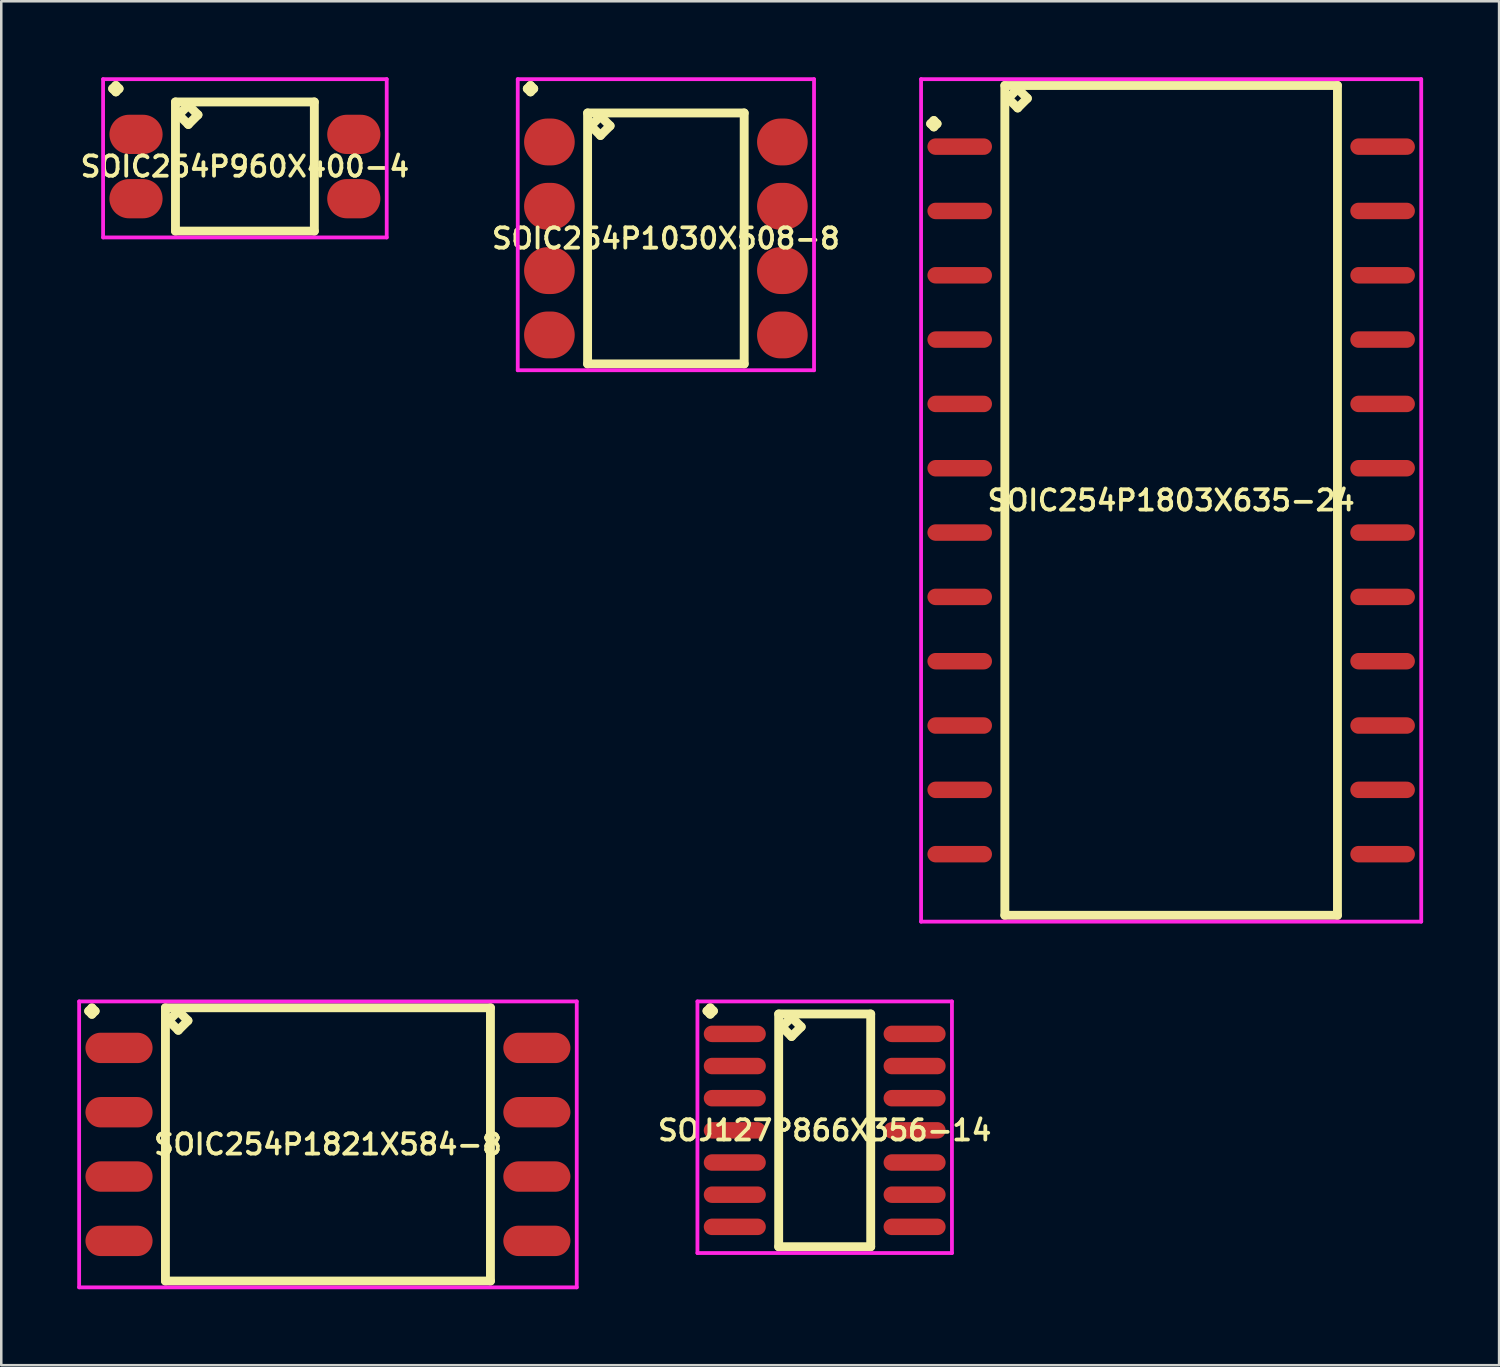
<source format=kicad_pcb>
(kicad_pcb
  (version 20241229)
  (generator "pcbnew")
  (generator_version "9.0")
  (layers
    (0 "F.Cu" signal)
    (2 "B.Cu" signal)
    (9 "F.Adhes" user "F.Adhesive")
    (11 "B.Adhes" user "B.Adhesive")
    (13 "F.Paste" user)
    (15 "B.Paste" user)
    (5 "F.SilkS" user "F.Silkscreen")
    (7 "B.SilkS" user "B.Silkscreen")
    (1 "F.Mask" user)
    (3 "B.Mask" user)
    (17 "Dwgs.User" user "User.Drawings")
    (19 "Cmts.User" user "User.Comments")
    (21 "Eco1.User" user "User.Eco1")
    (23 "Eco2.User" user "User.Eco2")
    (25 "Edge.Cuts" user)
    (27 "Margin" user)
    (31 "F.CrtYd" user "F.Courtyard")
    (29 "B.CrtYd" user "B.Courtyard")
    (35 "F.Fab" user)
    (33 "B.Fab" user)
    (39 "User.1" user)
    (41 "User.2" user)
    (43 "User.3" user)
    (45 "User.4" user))
  (footprint "SOIC254P1803X635-24"
    (layer "F.Cu")
    (at 43.197 16.71)
    (property "Reference" "SOIC254P1803X635-24" (at 0 0 0) (layer "F.SilkS") (effects (font (size 0.8 0.8) (thickness 0.15))))
    (attr through_hole)
    (fp_line (start -9.498 -14.874) (end -9.371 -15.001) (stroke (width 0.35) (type solid)) (layer "F.SilkS"))
    (fp_line (start -9.371 -15.001) (end -9.244 -14.874) (stroke (width 0.35) (type solid)) (layer "F.SilkS"))
    (fp_line (start -9.371 -14.747) (end -9.498 -14.874) (stroke (width 0.35) (type solid)) (layer "F.SilkS"))
    (fp_line (start -9.244 -14.874) (end -9.371 -14.747) (stroke (width 0.35) (type solid)) (layer "F.SilkS"))
    (fp_line (start -6.567 -16.385) (end -6.567 16.385) (stroke (width 0.35) (type solid)) (layer "F.SilkS"))
    (fp_line (start -6.567 16.385) (end 6.567 16.385) (stroke (width 0.35) (type solid)) (layer "F.SilkS"))
    (fp_line (start -6.44 -15.877) (end -6.059 -16.258) (stroke (width 0.35) (type solid)) (layer "F.SilkS"))
    (fp_line (start -6.059 -16.258) (end -5.678 -15.877) (stroke (width 0.35) (type solid)) (layer "F.SilkS"))
    (fp_line (start -6.059 -15.496) (end -6.44 -15.877) (stroke (width 0.35) (type solid)) (layer "F.SilkS"))
    (fp_line (start -5.678 -15.877) (end -6.059 -15.496) (stroke (width 0.35) (type solid)) (layer "F.SilkS"))
    (fp_line (start 6.567 -16.385) (end -6.567 -16.385) (stroke (width 0.35) (type solid)) (layer "F.SilkS"))
    (fp_line (start 6.567 16.385) (end 6.567 -16.385) (stroke (width 0.35) (type solid)) (layer "F.SilkS"))
    (fp_line (start -9.875 -16.635) (end 9.875 -16.635) (stroke (width 0.15) (type solid)) (layer "F.CrtYd"))
    (fp_line (start -9.875 16.635) (end -9.875 -16.635) (stroke (width 0.15) (type solid)) (layer "F.CrtYd"))
    (fp_line (start 9.875 -16.635) (end 9.875 16.635) (stroke (width 0.15) (type solid)) (layer "F.CrtYd"))
    (fp_line (start 9.875 16.635) (end -9.875 16.635) (stroke (width 0.15) (type solid)) (layer "F.CrtYd"))
    (pad "1" smd oval (at -8.35 -13.97) (size 2.55 0.65) (layers "F.Cu" "F.Mask" "F.Paste"))
    (pad "2" smd oval (at -8.35 -11.43) (size 2.55 0.65) (layers "F.Cu" "F.Mask" "F.Paste"))
    (pad "3" smd oval (at -8.35 -8.89) (size 2.55 0.65) (layers "F.Cu" "F.Mask" "F.Paste"))
    (pad "4" smd oval (at -8.35 -6.35) (size 2.55 0.65) (layers "F.Cu" "F.Mask" "F.Paste"))
    (pad "5" smd oval (at -8.35 -3.81) (size 2.55 0.65) (layers "F.Cu" "F.Mask" "F.Paste"))
    (pad "6" smd oval (at -8.35 -1.27) (size 2.55 0.65) (layers "F.Cu" "F.Mask" "F.Paste"))
    (pad "7" smd oval (at -8.35 1.27) (size 2.55 0.65) (layers "F.Cu" "F.Mask" "F.Paste"))
    (pad "8" smd oval (at -8.35 3.81) (size 2.55 0.65) (layers "F.Cu" "F.Mask" "F.Paste"))
    (pad "9" smd oval (at -8.35 6.35) (size 2.55 0.65) (layers "F.Cu" "F.Mask" "F.Paste"))
    (pad "10" smd oval (at -8.35 8.89) (size 2.55 0.65) (layers "F.Cu" "F.Mask" "F.Paste"))
    (pad "11" smd oval (at -8.35 11.43) (size 2.55 0.65) (layers "F.Cu" "F.Mask" "F.Paste"))
    (pad "12" smd oval (at -8.35 13.97) (size 2.55 0.65) (layers "F.Cu" "F.Mask" "F.Paste"))
    (pad "13" smd oval (at 8.35 13.97) (size 2.55 0.65) (layers "F.Cu" "F.Mask" "F.Paste"))
    (pad "14" smd oval (at 8.35 11.43) (size 2.55 0.65) (layers "F.Cu" "F.Mask" "F.Paste"))
    (pad "15" smd oval (at 8.35 8.89) (size 2.55 0.65) (layers "F.Cu" "F.Mask" "F.Paste"))
    (pad "16" smd oval (at 8.35 6.35) (size 2.55 0.65) (layers "F.Cu" "F.Mask" "F.Paste"))
    (pad "17" smd oval (at 8.35 3.81) (size 2.55 0.65) (layers "F.Cu" "F.Mask" "F.Paste"))
    (pad "18" smd oval (at 8.35 1.27) (size 2.55 0.65) (layers "F.Cu" "F.Mask" "F.Paste"))
    (pad "19" smd oval (at 8.35 -1.27) (size 2.55 0.65) (layers "F.Cu" "F.Mask" "F.Paste"))
    (pad "20" smd oval (at 8.35 -3.81) (size 2.55 0.65) (layers "F.Cu" "F.Mask" "F.Paste"))
    (pad "21" smd oval (at 8.35 -6.35) (size 2.55 0.65) (layers "F.Cu" "F.Mask" "F.Paste"))
    (pad "22" smd oval (at 8.35 -8.89) (size 2.55 0.65) (layers "F.Cu" "F.Mask" "F.Paste"))
    (pad "23" smd oval (at 8.35 -11.43) (size 2.55 0.65) (layers "F.Cu" "F.Mask" "F.Paste"))
    (pad "24" smd oval (at 8.35 -13.97) (size 2.55 0.65) (layers "F.Cu" "F.Mask" "F.Paste")))
  (footprint "SOIC254P1821X584-8"
    (layer "F.Cu")
    (at 9.9 42.14)
    (property "Reference" "SOIC254P1821X584-8" (at 0 0 0) (layer "F.SilkS") (effects (font (size 0.8 0.8) (thickness 0.15))))
    (attr smd)
    (fp_line (start -9.448 -5.264) (end -9.321 -5.391) (stroke (width 0.35) (type solid)) (layer "F.SilkS"))
    (fp_line (start -9.321 -5.391) (end -9.194 -5.264) (stroke (width 0.35) (type solid)) (layer "F.SilkS"))
    (fp_line (start -9.321 -5.137) (end -9.448 -5.264) (stroke (width 0.35) (type solid)) (layer "F.SilkS"))
    (fp_line (start -9.194 -5.264) (end -9.321 -5.137) (stroke (width 0.35) (type solid)) (layer "F.SilkS"))
    (fp_line (start -6.417 -5.395) (end -6.417 5.395) (stroke (width 0.35) (type solid)) (layer "F.SilkS"))
    (fp_line (start -6.417 5.395) (end 6.417 5.395) (stroke (width 0.35) (type solid)) (layer "F.SilkS"))
    (fp_line (start -6.29 -4.887) (end -5.909 -5.268) (stroke (width 0.35) (type solid)) (layer "F.SilkS"))
    (fp_line (start -5.909 -5.268) (end -5.528 -4.887) (stroke (width 0.35) (type solid)) (layer "F.SilkS"))
    (fp_line (start -5.909 -4.506) (end -6.29 -4.887) (stroke (width 0.35) (type solid)) (layer "F.SilkS"))
    (fp_line (start -5.528 -4.887) (end -5.909 -4.506) (stroke (width 0.35) (type solid)) (layer "F.SilkS"))
    (fp_line (start 6.417 -5.395) (end -6.417 -5.395) (stroke (width 0.35) (type solid)) (layer "F.SilkS"))
    (fp_line (start 6.417 5.395) (end 6.417 -5.395) (stroke (width 0.35) (type solid)) (layer "F.SilkS"))
    (fp_line (start -9.825 -5.645) (end 9.825 -5.645) (stroke (width 0.15) (type solid)) (layer "F.CrtYd"))
    (fp_line (start -9.825 5.645) (end -9.825 -5.645) (stroke (width 0.15) (type solid)) (layer "F.CrtYd"))
    (fp_line (start 9.825 -5.645) (end 9.825 5.645) (stroke (width 0.15) (type solid)) (layer "F.CrtYd"))
    (fp_line (start 9.825 5.645) (end -9.825 5.645) (stroke (width 0.15) (type solid)) (layer "F.CrtYd"))
    (pad "1" smd oval (at -8.25 -3.81) (size 2.65 1.2) (layers "F.Cu" "F.Mask" "F.Paste"))
    (pad "2" smd oval (at -8.25 -1.27) (size 2.65 1.2) (layers "F.Cu" "F.Mask" "F.Paste"))
    (pad "3" smd oval (at -8.25 1.27) (size 2.65 1.2) (layers "F.Cu" "F.Mask" "F.Paste"))
    (pad "4" smd oval (at -8.25 3.81) (size 2.65 1.2) (layers "F.Cu" "F.Mask" "F.Paste"))
    (pad "5" smd oval (at 8.25 3.81) (size 2.65 1.2) (layers "F.Cu" "F.Mask" "F.Paste"))
    (pad "6" smd oval (at 8.25 1.27) (size 2.65 1.2) (layers "F.Cu" "F.Mask" "F.Paste"))
    (pad "7" smd oval (at 8.25 -1.27) (size 2.65 1.2) (layers "F.Cu" "F.Mask" "F.Paste"))
    (pad "8" smd oval (at 8.25 -3.81) (size 2.65 1.2) (layers "F.Cu" "F.Mask" "F.Paste")))
  (footprint "SOJ127P866X356-14"
    (layer "F.Cu")
    (at 29.516 41.586)
    (property "Reference" "SOJ127P866X356-14" (at 0 0 0) (layer "F.SilkS") (effects (font (size 0.8 0.8) (thickness 0.15))))
    (attr through_hole)
    (fp_line (start -4.648 -4.714) (end -4.521 -4.841) (stroke (width 0.35) (type solid)) (layer "F.SilkS"))
    (fp_line (start -4.521 -4.841) (end -4.394 -4.714) (stroke (width 0.35) (type solid)) (layer "F.SilkS"))
    (fp_line (start -4.521 -4.587) (end -4.648 -4.714) (stroke (width 0.35) (type solid)) (layer "F.SilkS"))
    (fp_line (start -4.394 -4.714) (end -4.521 -4.587) (stroke (width 0.35) (type solid)) (layer "F.SilkS"))
    (fp_line (start -1.817 -4.595) (end -1.817 4.595) (stroke (width 0.35) (type solid)) (layer "F.SilkS"))
    (fp_line (start -1.817 4.595) (end 1.817 4.595) (stroke (width 0.35) (type solid)) (layer "F.SilkS"))
    (fp_line (start -1.69 -4.087) (end -1.309 -4.468) (stroke (width 0.35) (type solid)) (layer "F.SilkS"))
    (fp_line (start -1.309 -4.468) (end -0.928 -4.087) (stroke (width 0.35) (type solid)) (layer "F.SilkS"))
    (fp_line (start -1.309 -3.706) (end -1.69 -4.087) (stroke (width 0.35) (type solid)) (layer "F.SilkS"))
    (fp_line (start -0.928 -4.087) (end -1.309 -3.706) (stroke (width 0.35) (type solid)) (layer "F.SilkS"))
    (fp_line (start 1.817 -4.595) (end -1.817 -4.595) (stroke (width 0.35) (type solid)) (layer "F.SilkS"))
    (fp_line (start 1.817 4.595) (end 1.817 -4.595) (stroke (width 0.35) (type solid)) (layer "F.SilkS"))
    (fp_line (start -5.025 -5.091) (end 5.025 -5.091) (stroke (width 0.15) (type solid)) (layer "F.CrtYd"))
    (fp_line (start -5.025 4.845) (end -5.025 -5.091) (stroke (width 0.15) (type solid)) (layer "F.CrtYd"))
    (fp_line (start 5.025 -5.091) (end 5.025 4.845) (stroke (width 0.15) (type solid)) (layer "F.CrtYd"))
    (fp_line (start 5.025 4.845) (end -5.025 4.845) (stroke (width 0.15) (type solid)) (layer "F.CrtYd"))
    (pad "1" smd oval (at -3.55 -3.81) (size 2.45 0.65) (layers "F.Cu" "F.Mask" "F.Paste"))
    (pad "2" smd oval (at -3.55 -2.54) (size 2.45 0.65) (layers "F.Cu" "F.Mask" "F.Paste"))
    (pad "3" smd oval (at -3.55 -1.27) (size 2.45 0.65) (layers "F.Cu" "F.Mask" "F.Paste"))
    (pad "4" smd oval (at -3.55 0) (size 2.45 0.65) (layers "F.Cu" "F.Mask" "F.Paste"))
    (pad "5" smd oval (at -3.55 1.27) (size 2.45 0.65) (layers "F.Cu" "F.Mask" "F.Paste"))
    (pad "6" smd oval (at -3.55 2.54) (size 2.45 0.65) (layers "F.Cu" "F.Mask" "F.Paste"))
    (pad "7" smd oval (at -3.55 3.81) (size 2.45 0.65) (layers "F.Cu" "F.Mask" "F.Paste"))
    (pad "8" smd oval (at 3.55 3.81) (size 2.45 0.65) (layers "F.Cu" "F.Mask" "F.Paste"))
    (pad "9" smd oval (at 3.55 2.54) (size 2.45 0.65) (layers "F.Cu" "F.Mask" "F.Paste"))
    (pad "10" smd oval (at 3.55 1.27) (size 2.45 0.65) (layers "F.Cu" "F.Mask" "F.Paste"))
    (pad "11" smd oval (at 3.55 0) (size 2.45 0.65) (layers "F.Cu" "F.Mask" "F.Paste"))
    (pad "12" smd oval (at 3.55 -1.27) (size 2.45 0.65) (layers "F.Cu" "F.Mask" "F.Paste"))
    (pad "13" smd oval (at 3.55 -2.54) (size 2.45 0.65) (layers "F.Cu" "F.Mask" "F.Paste"))
    (pad "14" smd oval (at 3.55 -3.81) (size 2.45 0.65) (layers "F.Cu" "F.Mask" "F.Paste")))
  (footprint "SOIC254P1030X508-8"
    (layer "F.Cu")
    (at 23.245 6.366)
    (property "Reference" "SOIC254P1030X508-8" (at 0 0 0) (layer "F.SilkS") (effects (font (size 0.8 0.8) (thickness 0.15))))
    (attr through_hole)
    (fp_line (start -5.473 -5.914) (end -5.346 -6.041) (stroke (width 0.35) (type solid)) (layer "F.SilkS"))
    (fp_line (start -5.346 -6.041) (end -5.219 -5.914) (stroke (width 0.35) (type solid)) (layer "F.SilkS"))
    (fp_line (start -5.346 -5.787) (end -5.473 -5.914) (stroke (width 0.35) (type solid)) (layer "F.SilkS"))
    (fp_line (start -5.219 -5.914) (end -5.346 -5.787) (stroke (width 0.35) (type solid)) (layer "F.SilkS"))
    (fp_line (start -3.092 -4.955) (end -3.092 4.955) (stroke (width 0.35) (type solid)) (layer "F.SilkS"))
    (fp_line (start -3.092 4.955) (end 3.092 4.955) (stroke (width 0.35) (type solid)) (layer "F.SilkS"))
    (fp_line (start -2.965 -4.447) (end -2.584 -4.828) (stroke (width 0.35) (type solid)) (layer "F.SilkS"))
    (fp_line (start -2.584 -4.828) (end -2.203 -4.447) (stroke (width 0.35) (type solid)) (layer "F.SilkS"))
    (fp_line (start -2.584 -4.066) (end -2.965 -4.447) (stroke (width 0.35) (type solid)) (layer "F.SilkS"))
    (fp_line (start -2.203 -4.447) (end -2.584 -4.066) (stroke (width 0.35) (type solid)) (layer "F.SilkS"))
    (fp_line (start 3.092 -4.955) (end -3.092 -4.955) (stroke (width 0.35) (type solid)) (layer "F.SilkS"))
    (fp_line (start 3.092 4.955) (end 3.092 -4.955) (stroke (width 0.35) (type solid)) (layer "F.SilkS"))
    (fp_line (start -5.85 -6.291) (end 5.85 -6.291) (stroke (width 0.15) (type solid)) (layer "F.CrtYd"))
    (fp_line (start -5.85 5.205) (end -5.85 -6.291) (stroke (width 0.15) (type solid)) (layer "F.CrtYd"))
    (fp_line (start 5.85 -6.291) (end 5.85 5.205) (stroke (width 0.15) (type solid)) (layer "F.CrtYd"))
    (fp_line (start 5.85 5.205) (end -5.85 5.205) (stroke (width 0.15) (type solid)) (layer "F.CrtYd"))
    (pad "1" smd oval (at -4.6 -3.81) (size 2 1.85) (layers "F.Cu" "F.Mask" "F.Paste"))
    (pad "2" smd oval (at -4.6 -1.27) (size 2 1.85) (layers "F.Cu" "F.Mask" "F.Paste"))
    (pad "3" smd oval (at -4.6 1.27) (size 2 1.85) (layers "F.Cu" "F.Mask" "F.Paste"))
    (pad "4" smd oval (at -4.6 3.81) (size 2 1.85) (layers "F.Cu" "F.Mask" "F.Paste"))
    (pad "5" smd oval (at 4.6 3.81) (size 2 1.85) (layers "F.Cu" "F.Mask" "F.Paste"))
    (pad "6" smd oval (at 4.6 1.27) (size 2 1.85) (layers "F.Cu" "F.Mask" "F.Paste"))
    (pad "7" smd oval (at 4.6 -1.27) (size 2 1.85) (layers "F.Cu" "F.Mask" "F.Paste"))
    (pad "8" smd oval (at 4.6 -3.81) (size 2 1.85) (layers "F.Cu" "F.Mask" "F.Paste")))
  (footprint "SOIC254P960X400-4"
    (layer "F.Cu")
    (at 6.621 3.526)
    (property "Reference" "SOIC254P960X400-4" (at 0 0 0) (layer "F.SilkS") (effects (font (size 0.8 0.8) (thickness 0.15))))
    (attr smd)
    (fp_line (start -5.223 -3.074) (end -5.096 -3.201) (stroke (width 0.35) (type solid)) (layer "F.SilkS"))
    (fp_line (start -5.096 -3.201) (end -4.969 -3.074) (stroke (width 0.35) (type solid)) (layer "F.SilkS"))
    (fp_line (start -5.096 -2.947) (end -5.223 -3.074) (stroke (width 0.35) (type solid)) (layer "F.SilkS"))
    (fp_line (start -4.969 -3.074) (end -5.096 -2.947) (stroke (width 0.35) (type solid)) (layer "F.SilkS"))
    (fp_line (start -2.742 -2.55) (end -2.742 2.55) (stroke (width 0.35) (type solid)) (layer "F.SilkS"))
    (fp_line (start -2.742 2.55) (end 2.742 2.55) (stroke (width 0.35) (type solid)) (layer "F.SilkS"))
    (fp_line (start -2.615 -2.042) (end -2.234 -2.423) (stroke (width 0.35) (type solid)) (layer "F.SilkS"))
    (fp_line (start -2.234 -2.423) (end -1.853 -2.042) (stroke (width 0.35) (type solid)) (layer "F.SilkS"))
    (fp_line (start -2.234 -1.661) (end -2.615 -2.042) (stroke (width 0.35) (type solid)) (layer "F.SilkS"))
    (fp_line (start -1.853 -2.042) (end -2.234 -1.661) (stroke (width 0.35) (type solid)) (layer "F.SilkS"))
    (fp_line (start 2.742 -2.55) (end -2.742 -2.55) (stroke (width 0.35) (type solid)) (layer "F.SilkS"))
    (fp_line (start 2.742 2.55) (end 2.742 -2.55) (stroke (width 0.35) (type solid)) (layer "F.SilkS"))
    (fp_line (start -5.6 -3.451) (end 5.6 -3.451) (stroke (width 0.15) (type solid)) (layer "F.CrtYd"))
    (fp_line (start -5.6 2.8) (end -5.6 -3.451) (stroke (width 0.15) (type solid)) (layer "F.CrtYd"))
    (fp_line (start 5.6 -3.451) (end 5.6 2.8) (stroke (width 0.15) (type solid)) (layer "F.CrtYd"))
    (fp_line (start 5.6 2.8) (end -5.6 2.8) (stroke (width 0.15) (type solid)) (layer "F.CrtYd"))
    (pad "1" smd oval (at -4.3 -1.27) (size 2.1 1.55) (layers "F.Cu" "F.Mask" "F.Paste"))
    (pad "2" smd oval (at -4.3 1.27) (size 2.1 1.55) (layers "F.Cu" "F.Mask" "F.Paste"))
    (pad "3" smd oval (at 4.3 1.27) (size 2.1 1.55) (layers "F.Cu" "F.Mask" "F.Paste"))
    (pad "4" smd oval (at 4.3 -1.27) (size 2.1 1.55) (layers "F.Cu" "F.Mask" "F.Paste")))
  (gr_rect
    (start -3 -3)
    (end 56.147 50.86)
    (stroke (width 0.1) (type default))
    (fill no)
    (layer "Edge.Cuts")))
</source>
